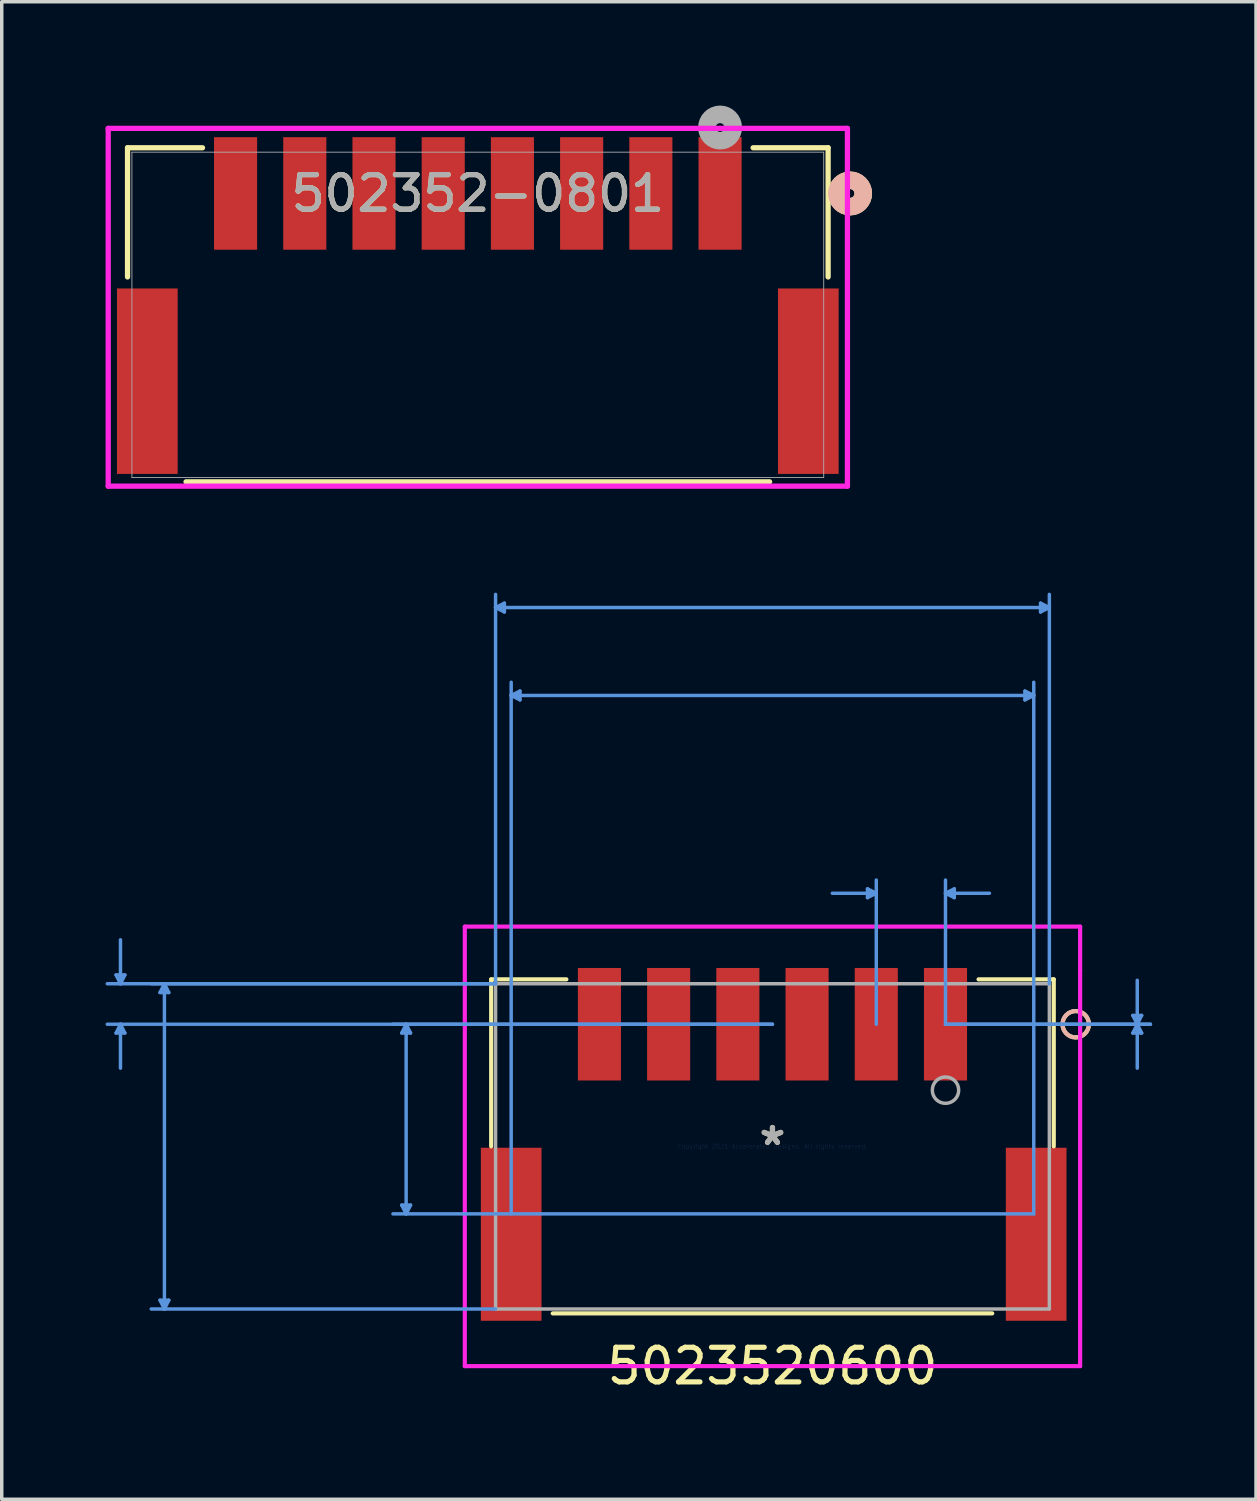
<source format=kicad_pcb>
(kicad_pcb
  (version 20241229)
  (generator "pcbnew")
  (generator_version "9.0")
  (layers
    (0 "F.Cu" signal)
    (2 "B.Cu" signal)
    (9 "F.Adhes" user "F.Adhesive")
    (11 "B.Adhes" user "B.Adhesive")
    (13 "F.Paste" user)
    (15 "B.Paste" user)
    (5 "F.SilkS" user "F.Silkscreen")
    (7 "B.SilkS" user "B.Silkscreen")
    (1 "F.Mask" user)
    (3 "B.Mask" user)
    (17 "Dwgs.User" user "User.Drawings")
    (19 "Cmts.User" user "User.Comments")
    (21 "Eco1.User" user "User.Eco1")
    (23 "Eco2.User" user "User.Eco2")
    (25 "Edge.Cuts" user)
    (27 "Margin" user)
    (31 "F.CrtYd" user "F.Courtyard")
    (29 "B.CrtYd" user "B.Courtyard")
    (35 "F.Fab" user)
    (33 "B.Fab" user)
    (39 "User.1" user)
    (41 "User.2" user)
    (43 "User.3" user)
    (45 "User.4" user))
  (footprint "502352-0801"
    (layer "F.Cu")
    (at 10.757 6.046)
    (property "Reference" "502352-0801" (at 0 -3.506 0) (unlocked yes) (layer "F.SilkS") (effects (font (size 1 1) (thickness 0.15))))
    (attr smd)
    (fp_line (start -10.122 -4.826) (end -10.122 -1.093) (stroke (width 0.152) (type solid)) (layer "F.SilkS"))
    (fp_line (start -8.431 4.826) (end 8.431 4.826) (stroke (width 0.152) (type solid)) (layer "F.SilkS"))
    (fp_line (start -7.955 -4.826) (end -10.122 -4.826) (stroke (width 0.152) (type solid)) (layer "F.SilkS"))
    (fp_line (start 10.122 -4.826) (end 7.955 -4.826) (stroke (width 0.152) (type solid)) (layer "F.SilkS"))
    (fp_line (start 10.122 -1.093) (end 10.122 -4.826) (stroke (width 0.152) (type solid)) (layer "F.SilkS"))
    (fp_circle (center 10.757 -3.506) (end 11.138 -3.506) (stroke (width 0.508) (type solid)) (fill no) (layer "F.SilkS"))
    (fp_circle (center 10.757 -3.506) (end 11.138 -3.506) (stroke (width 0.508) (type solid)) (fill no) (layer "B.SilkS"))
    (fp_line (start -10.68 -5.386) (end -10.68 4.953) (stroke (width 0.152) (type solid)) (layer "F.CrtYd"))
    (fp_line (start -10.68 4.953) (end 10.68 4.953) (stroke (width 0.152) (type solid)) (layer "F.CrtYd"))
    (fp_line (start 10.68 -5.386) (end -10.68 -5.386) (stroke (width 0.152) (type solid)) (layer "F.CrtYd"))
    (fp_line (start 10.68 4.953) (end 10.68 -5.386) (stroke (width 0.152) (type solid)) (layer "F.CrtYd"))
    (fp_line (start -9.995 -4.699) (end -9.995 4.699) (stroke (width 0.025) (type solid)) (layer "F.Fab"))
    (fp_line (start -9.995 4.699) (end 9.995 4.699) (stroke (width 0.025) (type solid)) (layer "F.Fab"))
    (fp_line (start 9.995 -4.699) (end -9.995 -4.699) (stroke (width 0.025) (type solid)) (layer "F.Fab"))
    (fp_line (start 9.995 4.699) (end 9.995 -4.699) (stroke (width 0.025) (type solid)) (layer "F.Fab"))
    (fp_circle (center 7 -5.411) (end 7.381 -5.411) (stroke (width 0.508) (type solid)) (fill no) (layer "F.Fab"))
    (fp_text user "${REFERENCE}" (at 0 -3.506 0) (unlocked yes) (layer "F.Fab") (effects (font (size 1 1) (thickness 0.15))))
    (pad "1" smd rect (at 7 -3.506) (size 1.245 3.251) (layers "F.Cu" "F.Mask" "F.Paste"))
    (pad "2" smd rect (at 5 -3.506) (size 1.245 3.251) (layers "F.Cu" "F.Mask" "F.Paste"))
    (pad "3" smd rect (at 3 -3.506) (size 1.245 3.251) (layers "F.Cu" "F.Mask" "F.Paste"))
    (pad "4" smd rect (at 1 -3.506) (size 1.245 3.251) (layers "F.Cu" "F.Mask" "F.Paste"))
    (pad "5" smd rect (at -1 -3.506) (size 1.245 3.251) (layers "F.Cu" "F.Mask" "F.Paste"))
    (pad "6" smd rect (at -3 -3.506) (size 1.245 3.251) (layers "F.Cu" "F.Mask" "F.Paste"))
    (pad "7" smd rect (at -5 -3.506) (size 1.245 3.251) (layers "F.Cu" "F.Mask" "F.Paste"))
    (pad "8" smd rect (at -7 -3.506) (size 1.245 3.251) (layers "F.Cu" "F.Mask" "F.Paste"))
    (pad "9" smd rect (at -9.55 1.919) (size 1.753 5.359) (layers "F.Cu" "F.Mask" "F.Paste"))
    (pad "10" smd rect (at 9.55 1.919) (size 1.753 5.359) (layers "F.Cu" "F.Mask" "F.Paste")))
  (footprint "5023520600"
    (layer "F.Cu")
    (at 19.271 30.075)
    (property "Reference" "5023520600" (at 0 6.35 0) (layer "F.SilkS") (effects (font (size 1 1) (thickness 0.15))))
    (attr smd)
    (fp_line (start -8.128 -4.826) (end -8.128 0) (stroke (width 0.12) (type solid)) (layer "F.SilkS"))
    (fp_line (start -6.35 4.826) (end 6.35 4.826) (stroke (width 0.12) (type solid)) (layer "F.SilkS"))
    (fp_line (start -5.955 -4.826) (end -8.128 -4.826) (stroke (width 0.12) (type solid)) (layer "F.SilkS"))
    (fp_line (start 8.128 -4.826) (end 5.955 -4.826) (stroke (width 0.12) (type solid)) (layer "F.SilkS"))
    (fp_line (start 8.128 0) (end 8.128 -4.826) (stroke (width 0.12) (type solid)) (layer "F.SilkS"))
    (fp_circle (center 8.763 -3.529) (end 9.144 -3.529) (stroke (width 0.12) (type solid)) (fill no) (layer "F.SilkS"))
    (fp_circle (center 8.763 -3.529) (end 9.144 -3.529) (stroke (width 0.12) (type solid)) (fill no) (layer "B.SilkS"))
    (fp_line (start -18.967 -4.953) (end -18.713 -4.953) (stroke (width 0.1) (type solid)) (layer "Cmts.User"))
    (fp_line (start -18.967 -3.275) (end -18.713 -3.275) (stroke (width 0.1) (type solid)) (layer "Cmts.User"))
    (fp_line (start -18.84 -4.699) (end -18.967 -4.953) (stroke (width 0.1) (type solid)) (layer "Cmts.User"))
    (fp_line (start -18.84 -4.699) (end -18.84 -5.969) (stroke (width 0.1) (type solid)) (layer "Cmts.User"))
    (fp_line (start -18.84 -4.699) (end -18.713 -4.953) (stroke (width 0.1) (type solid)) (layer "Cmts.User"))
    (fp_line (start -18.84 -3.529) (end -18.967 -3.275) (stroke (width 0.1) (type solid)) (layer "Cmts.User"))
    (fp_line (start -18.84 -3.529) (end -18.84 -2.259) (stroke (width 0.1) (type solid)) (layer "Cmts.User"))
    (fp_line (start -18.84 -3.529) (end -18.713 -3.275) (stroke (width 0.1) (type solid)) (layer "Cmts.User"))
    (fp_line (start -17.697 -4.445) (end -17.443 -4.445) (stroke (width 0.1) (type solid)) (layer "Cmts.User"))
    (fp_line (start -17.697 4.445) (end -17.443 4.445) (stroke (width 0.1) (type solid)) (layer "Cmts.User"))
    (fp_line (start -17.57 -4.699) (end -17.697 -4.445) (stroke (width 0.1) (type solid)) (layer "Cmts.User"))
    (fp_line (start -17.57 -4.699) (end -17.57 4.699) (stroke (width 0.1) (type solid)) (layer "Cmts.User"))
    (fp_line (start -17.57 -4.699) (end -17.443 -4.445) (stroke (width 0.1) (type solid)) (layer "Cmts.User"))
    (fp_line (start -17.57 4.699) (end -17.697 4.445) (stroke (width 0.1) (type solid)) (layer "Cmts.User"))
    (fp_line (start -17.57 4.699) (end -17.443 4.445) (stroke (width 0.1) (type solid)) (layer "Cmts.User"))
    (fp_line (start -10.712 -3.275) (end -10.458 -3.275) (stroke (width 0.1) (type solid)) (layer "Cmts.User"))
    (fp_line (start -10.712 1.697) (end -10.458 1.697) (stroke (width 0.1) (type solid)) (layer "Cmts.User"))
    (fp_line (start -10.585 -3.529) (end -10.712 -3.275) (stroke (width 0.1) (type solid)) (layer "Cmts.User"))
    (fp_line (start -10.585 -3.529) (end -10.585 1.951) (stroke (width 0.1) (type solid)) (layer "Cmts.User"))
    (fp_line (start -10.585 -3.529) (end -10.458 -3.275) (stroke (width 0.1) (type solid)) (layer "Cmts.User"))
    (fp_line (start -10.585 1.951) (end -10.712 1.697) (stroke (width 0.1) (type solid)) (layer "Cmts.User"))
    (fp_line (start -10.585 1.951) (end -10.458 1.697) (stroke (width 0.1) (type solid)) (layer "Cmts.User"))
    (fp_line (start -8.001 -15.569) (end -7.747 -15.696) (stroke (width 0.1) (type solid)) (layer "Cmts.User"))
    (fp_line (start -8.001 -15.569) (end -7.747 -15.442) (stroke (width 0.1) (type solid)) (layer "Cmts.User"))
    (fp_line (start -8.001 -15.569) (end 8.001 -15.569) (stroke (width 0.1) (type solid)) (layer "Cmts.User"))
    (fp_line (start -8.001 -4.699) (end -19.221 -4.699) (stroke (width 0.1) (type solid)) (layer "Cmts.User"))
    (fp_line (start -8.001 -4.699) (end -17.951 -4.699) (stroke (width 0.1) (type solid)) (layer "Cmts.User"))
    (fp_line (start -8.001 -4.699) (end -8.001 -15.95) (stroke (width 0.1) (type solid)) (layer "Cmts.User"))
    (fp_line (start -8.001 4.699) (end -17.951 4.699) (stroke (width 0.1) (type solid)) (layer "Cmts.User"))
    (fp_line (start -7.747 -15.696) (end -7.747 -15.442) (stroke (width 0.1) (type solid)) (layer "Cmts.User"))
    (fp_line (start -7.55 -13.029) (end -7.296 -13.156) (stroke (width 0.1) (type solid)) (layer "Cmts.User"))
    (fp_line (start -7.55 -13.029) (end -7.296 -12.902) (stroke (width 0.1) (type solid)) (layer "Cmts.User"))
    (fp_line (start -7.55 -13.029) (end 7.55 -13.029) (stroke (width 0.1) (type solid)) (layer "Cmts.User"))
    (fp_line (start -7.55 1.951) (end -7.55 -13.41) (stroke (width 0.1) (type solid)) (layer "Cmts.User"))
    (fp_line (start -7.296 -13.156) (end -7.296 -12.902) (stroke (width 0.1) (type solid)) (layer "Cmts.User"))
    (fp_line (start 0 -3.529) (end -19.221 -3.529) (stroke (width 0.1) (type solid)) (layer "Cmts.User"))
    (fp_line (start 0 -3.529) (end -10.966 -3.529) (stroke (width 0.1) (type solid)) (layer "Cmts.User"))
    (fp_line (start 2.746 -7.441) (end 2.746 -7.187) (stroke (width 0.1) (type solid)) (layer "Cmts.User"))
    (fp_line (start 3 -7.314) (end 1.73 -7.314) (stroke (width 0.1) (type solid)) (layer "Cmts.User"))
    (fp_line (start 3 -7.314) (end 2.746 -7.441) (stroke (width 0.1) (type solid)) (layer "Cmts.User"))
    (fp_line (start 3 -7.314) (end 2.746 -7.187) (stroke (width 0.1) (type solid)) (layer "Cmts.User"))
    (fp_line (start 3 -3.529) (end 3 -7.695) (stroke (width 0.1) (type solid)) (layer "Cmts.User"))
    (fp_line (start 5 -7.314) (end 5.254 -7.441) (stroke (width 0.1) (type solid)) (layer "Cmts.User"))
    (fp_line (start 5 -7.314) (end 5.254 -7.187) (stroke (width 0.1) (type solid)) (layer "Cmts.User"))
    (fp_line (start 5 -7.314) (end 6.27 -7.314) (stroke (width 0.1) (type solid)) (layer "Cmts.User"))
    (fp_line (start 5 -3.529) (end 5 -7.695) (stroke (width 0.1) (type solid)) (layer "Cmts.User"))
    (fp_line (start 5 -3.529) (end 10.922 -3.529) (stroke (width 0.1) (type solid)) (layer "Cmts.User"))
    (fp_line (start 5 -3.529) (end 10.922 -3.529) (stroke (width 0.1) (type solid)) (layer "Cmts.User"))
    (fp_line (start 5.254 -7.441) (end 5.254 -7.187) (stroke (width 0.1) (type solid)) (layer "Cmts.User"))
    (fp_line (start 7.296 -13.156) (end 7.296 -12.902) (stroke (width 0.1) (type solid)) (layer "Cmts.User"))
    (fp_line (start 7.55 -13.029) (end 7.296 -13.156) (stroke (width 0.1) (type solid)) (layer "Cmts.User"))
    (fp_line (start 7.55 -13.029) (end 7.296 -12.902) (stroke (width 0.1) (type solid)) (layer "Cmts.User"))
    (fp_line (start 7.55 1.951) (end -10.966 1.951) (stroke (width 0.1) (type solid)) (layer "Cmts.User"))
    (fp_line (start 7.55 1.951) (end 7.55 -13.41) (stroke (width 0.1) (type solid)) (layer "Cmts.User"))
    (fp_line (start 7.747 -15.696) (end 7.747 -15.442) (stroke (width 0.1) (type solid)) (layer "Cmts.User"))
    (fp_line (start 8.001 -15.569) (end 7.747 -15.696) (stroke (width 0.1) (type solid)) (layer "Cmts.User"))
    (fp_line (start 8.001 -15.569) (end 7.747 -15.442) (stroke (width 0.1) (type solid)) (layer "Cmts.User"))
    (fp_line (start 8.001 -4.699) (end 8.001 -15.95) (stroke (width 0.1) (type solid)) (layer "Cmts.User"))
    (fp_line (start 10.414 -3.783) (end 10.668 -3.783) (stroke (width 0.1) (type solid)) (layer "Cmts.User"))
    (fp_line (start 10.414 -3.275) (end 10.668 -3.275) (stroke (width 0.1) (type solid)) (layer "Cmts.User"))
    (fp_line (start 10.541 -3.529) (end 10.414 -3.783) (stroke (width 0.1) (type solid)) (layer "Cmts.User"))
    (fp_line (start 10.541 -3.529) (end 10.414 -3.275) (stroke (width 0.1) (type solid)) (layer "Cmts.User"))
    (fp_line (start 10.541 -3.529) (end 10.541 -4.799) (stroke (width 0.1) (type solid)) (layer "Cmts.User"))
    (fp_line (start 10.541 -3.529) (end 10.541 -2.259) (stroke (width 0.1) (type solid)) (layer "Cmts.User"))
    (fp_line (start 10.541 -3.529) (end 10.668 -3.783) (stroke (width 0.1) (type solid)) (layer "Cmts.User"))
    (fp_line (start 10.541 -3.529) (end 10.668 -3.275) (stroke (width 0.1) (type solid)) (layer "Cmts.User"))
    (fp_line (start -8.89 -6.35) (end 8.89 -6.35) (stroke (width 0.12) (type solid)) (layer "F.CrtYd"))
    (fp_line (start -8.89 6.35) (end -8.89 -6.35) (stroke (width 0.12) (type solid)) (layer "F.CrtYd"))
    (fp_line (start 8.89 -6.35) (end 8.89 -5.08) (stroke (width 0.12) (type solid)) (layer "F.CrtYd"))
    (fp_line (start 8.89 -5.08) (end 8.89 5.08) (stroke (width 0.12) (type solid)) (layer "F.CrtYd"))
    (fp_line (start 8.89 5.08) (end 8.89 6.35) (stroke (width 0.12) (type solid)) (layer "F.CrtYd"))
    (fp_line (start 8.89 6.35) (end -8.89 6.35) (stroke (width 0.12) (type solid)) (layer "F.CrtYd"))
    (fp_line (start -8.001 -4.699) (end -8.001 4.699) (stroke (width 0.1) (type solid)) (layer "F.Fab"))
    (fp_line (start -8.001 4.699) (end 8.001 4.699) (stroke (width 0.1) (type solid)) (layer "F.Fab"))
    (fp_line (start 8.001 -4.699) (end -8.001 -4.699) (stroke (width 0.1) (type solid)) (layer "F.Fab"))
    (fp_line (start 8.001 4.699) (end 8.001 -4.699) (stroke (width 0.1) (type solid)) (layer "F.Fab"))
    (fp_circle (center 5 -1.624) (end 5.381 -1.624) (stroke (width 0.1) (type solid)) (fill no) (layer "F.Fab"))
    (fp_text user "*" (at 0 0 0) (layer "F.SilkS") (effects (font (size 1 1) (thickness 0.15))))
    (fp_text user "Copyright 2021 Accelerated Designs. All rights reserved." (at 0 0 0) (layer "Cmts.User") (effects (font (size 0.127 0.127) (thickness 0.002))))
    (fp_text user "*" (at 0 0 0) (layer "F.Fab") (effects (font (size 1 1) (thickness 0.15))))
    (pad "1" smd rect (at 5 -3.529) (size 1.245 3.251) (layers "F.Cu" "F.Mask" "F.Paste"))
    (pad "2" smd rect (at 3 -3.529) (size 1.245 3.251) (layers "F.Cu" "F.Mask" "F.Paste"))
    (pad "3" smd rect (at 1 -3.529) (size 1.245 3.251) (layers "F.Cu" "F.Mask" "F.Paste"))
    (pad "4" smd rect (at -1 -3.529) (size 1.245 3.251) (layers "F.Cu" "F.Mask" "F.Paste"))
    (pad "5" smd rect (at -3 -3.529) (size 1.245 3.251) (layers "F.Cu" "F.Mask" "F.Paste"))
    (pad "6" smd rect (at -5 -3.529) (size 1.245 3.251) (layers "F.Cu" "F.Mask" "F.Paste"))
    (pad "7" smd rect (at -7.55 2.54 180) (size 1.753 5) (layers "F.Cu" "F.Mask" "F.Paste"))
    (pad "8" smd rect (at 7.62 2.54 180) (size 1.753 5) (layers "F.Cu" "F.Mask" "F.Paste")))
  (gr_rect
    (start -3 -3)
    (end 33.243 40.273)
    (stroke (width 0.1) (type default))
    (fill no)
    (layer "Edge.Cuts")))
</source>
